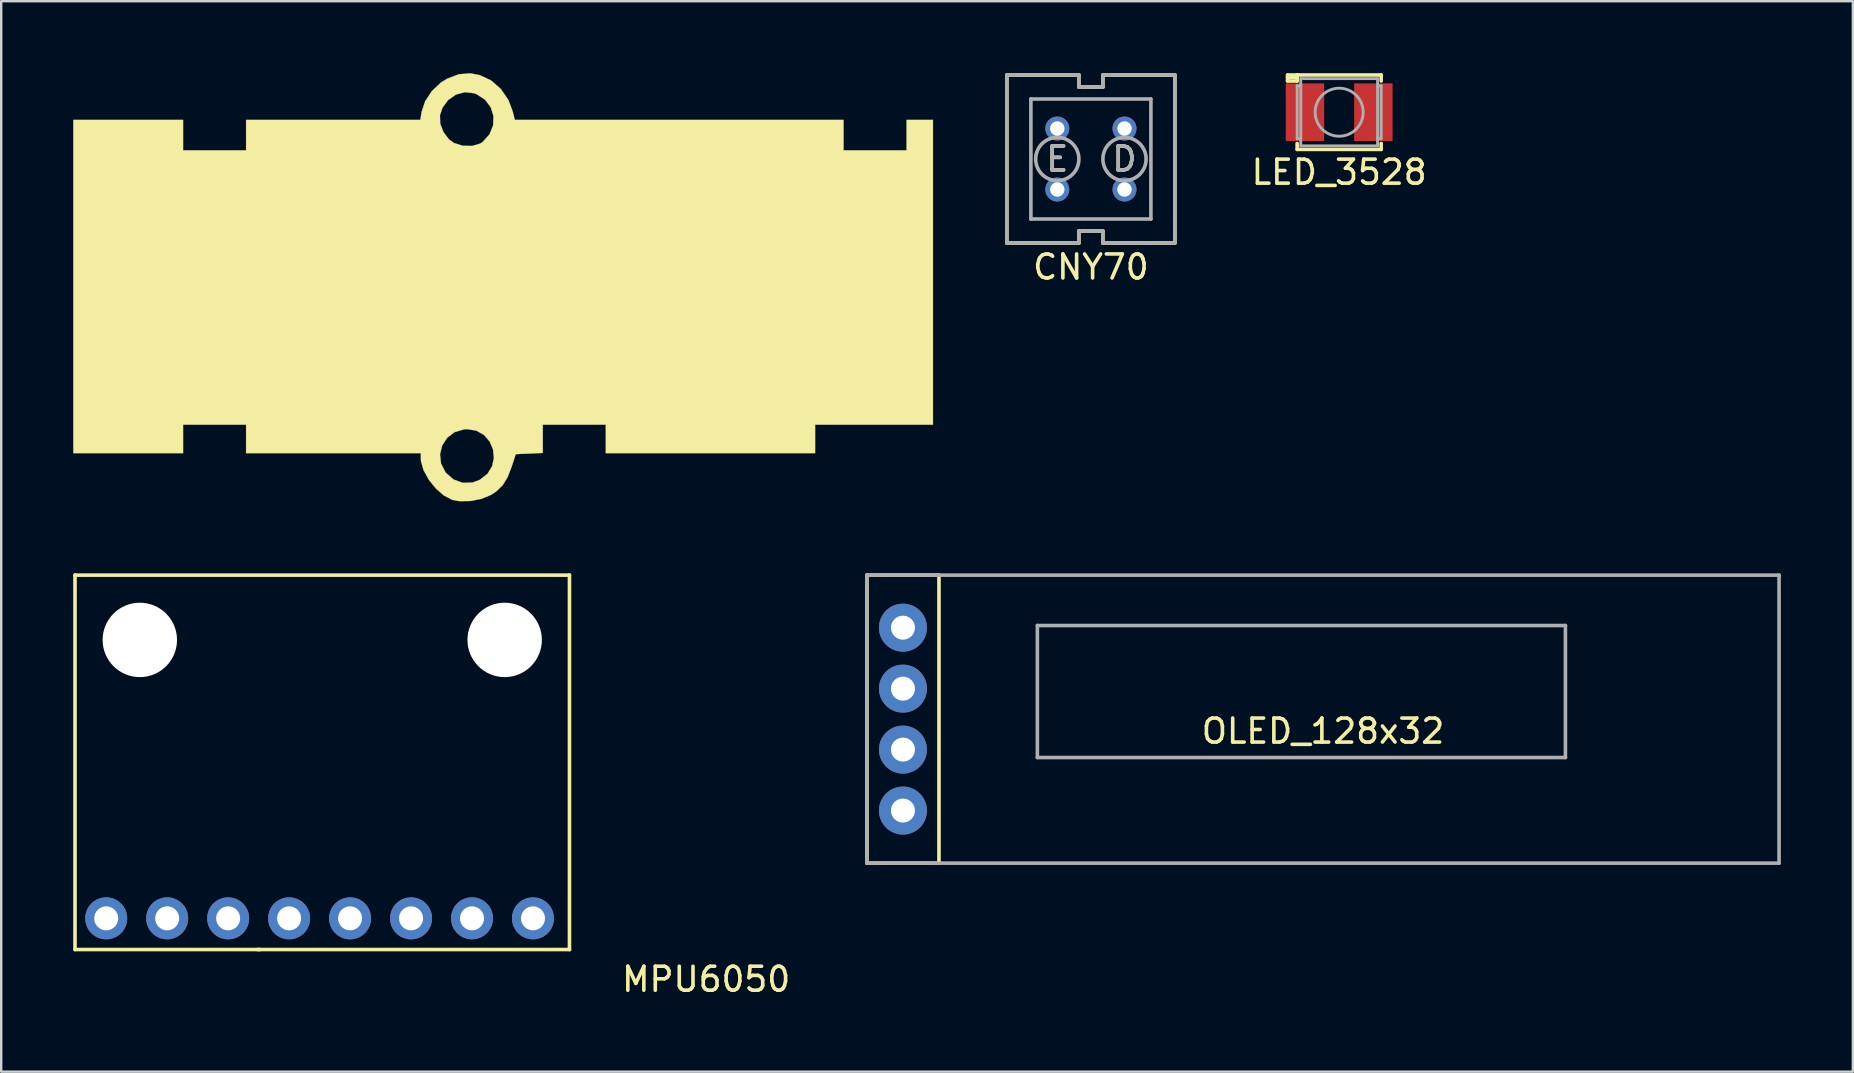
<source format=kicad_pcb>
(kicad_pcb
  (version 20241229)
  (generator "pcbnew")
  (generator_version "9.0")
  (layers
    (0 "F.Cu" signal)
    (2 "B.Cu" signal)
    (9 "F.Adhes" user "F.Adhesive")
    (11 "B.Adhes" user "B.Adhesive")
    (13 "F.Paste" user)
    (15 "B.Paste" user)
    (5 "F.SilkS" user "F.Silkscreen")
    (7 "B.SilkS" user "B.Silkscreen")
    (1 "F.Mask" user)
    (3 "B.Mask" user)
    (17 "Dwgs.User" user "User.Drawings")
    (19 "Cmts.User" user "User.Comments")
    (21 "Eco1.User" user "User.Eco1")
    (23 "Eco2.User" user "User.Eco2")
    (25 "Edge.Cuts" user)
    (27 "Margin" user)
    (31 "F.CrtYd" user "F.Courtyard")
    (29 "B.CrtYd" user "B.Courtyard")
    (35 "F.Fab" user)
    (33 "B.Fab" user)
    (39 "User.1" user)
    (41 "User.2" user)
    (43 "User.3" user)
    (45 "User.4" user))
  (footprint "MPU6050"
    (layer "F.Cu")
    (at 10.265 35.21)
    (property "Reference" "MPU6050" (at 16.104 2.54 0) (layer "F.SilkS") (effects (font (size 1 1) (thickness 0.15))))
    (attr through_hole)
    (fp_line (start -10.19 -14.3) (end 10.41 -14.3) (stroke (width 0.15) (type solid)) (layer "F.SilkS"))
    (fp_line (start -10.19 1.3) (end -10.19 -14.3) (stroke (width 0.15) (type solid)) (layer "F.SilkS"))
    (fp_line (start -10.19 1.3) (end 10.41 1.3) (stroke (width 0.15) (type solid)) (layer "F.SilkS"))
    (fp_line (start -2.49 1.3) (end -2.59 1.3) (stroke (width 0.15) (type solid)) (layer "F.SilkS"))
    (fp_line (start 10.41 1.3) (end 10.41 -14.3) (stroke (width 0.15) (type solid)) (layer "F.SilkS"))
    (pad "" np_thru_hole circle (at -7.49 -11.6) (size 3.1 3.1) (drill 3.1) (layers "*.Cu" "*.Mask"))
    (pad "" np_thru_hole circle (at 7.71 -11.6) (size 3.1 3.1) (drill 3.1) (layers "*.Cu" "*.Mask"))
    (pad "1" thru_hole circle (at -8.89 0) (size 1.75 1.75) (drill 1) (layers "*.Cu" "*.Mask"))
    (pad "2" thru_hole circle (at -6.35 0) (size 1.75 1.75) (drill 1) (layers "*.Cu" "*.Mask"))
    (pad "3" thru_hole circle (at -3.81 0) (size 1.75 1.75) (drill 1) (layers "*.Cu" "*.Mask"))
    (pad "4" thru_hole circle (at -1.27 0) (size 1.75 1.75) (drill 1) (layers "*.Cu" "*.Mask"))
    (pad "5" thru_hole circle (at 1.27 0) (size 1.75 1.75) (drill 1) (layers "*.Cu" "*.Mask"))
    (pad "6" thru_hole circle (at 3.81 0) (size 1.75 1.75) (drill 1) (layers "*.Cu" "*.Mask"))
    (pad "7" thru_hole circle (at 6.35 0) (size 1.75 1.75) (drill 1) (layers "*.Cu" "*.Mask"))
    (pad "8" thru_hole circle (at 8.89 0) (size 1.75 1.75) (drill 1) (layers "*.Cu" "*.Mask")))
  (footprint "anti-spark-ctrl-mask"
    (layer "F.Cu")
    (at 17.87 8.886)
    (property "Reference" "anti-spark-ctrl-mask" (at 0 0 0) (layer "F.SilkS") (effects (font (size 1.524 1.524) (thickness 0.3))))
    (attr through_hole)
    (fp_poly (pts (xy -0.939 -8.808) (xy -0.462 -8.586) (xy -0.053 -8.23) (xy 0.261 -7.768) (xy 0.437 -7.303) (xy 0.528 -6.943) (xy 7.376 -6.943) (xy 14.224 -6.943) (xy 14.224 -5.673) (xy 16.849 -5.673) (xy 16.849 -6.943) (xy 17.949 -6.943) (xy 17.949 5.757) (xy 13.039 5.757) (xy 13.039 6.943) (xy 4.318 6.943) (xy 4.318 5.757) (xy 1.693 5.757) (xy 1.693 6.935) (xy 0.567 6.985) (xy 0.403 7.49) (xy 0.227 7.947) (xy 0.022 8.28) (xy -0.244 8.537) (xy -0.471 8.686) (xy -0.864 8.848) (xy -1.326 8.937) (xy -1.782 8.944) (xy -2.074 8.89) (xy -2.421 8.711) (xy -2.759 8.417) (xy -3.054 8.051) (xy -3.272 7.657) (xy -3.381 7.279) (xy -3.387 7.18) (xy -3.387 6.994) (xy -2.588 6.994) (xy -2.546 7.378) (xy -2.358 7.743) (xy -2.351 7.753) (xy -2.029 8.038) (xy -1.646 8.179) (xy -1.238 8.169) (xy -0.937 8.058) (xy -0.611 7.805) (xy -0.417 7.487) (xy -0.343 7.137) (xy -0.382 6.782) (xy -0.522 6.455) (xy -0.756 6.186) (xy -1.073 6.005) (xy -1.464 5.942) (xy -1.587 5.95) (xy -1.984 6.069) (xy -2.292 6.305) (xy -2.499 6.625) (xy -2.588 6.994) (xy -3.387 6.994) (xy -3.387 6.943) (xy -10.668 6.943) (xy -10.668 5.757) (xy -13.293 5.757) (xy -13.293 6.943) (xy -17.865 6.943) (xy -17.865 -6.943) (xy -13.293 -6.943) (xy -13.293 -5.673) (xy -10.668 -5.673) (xy -10.668 -6.943) (xy -7.038 -6.943) (xy -3.408 -6.943) (xy -3.377 -7.136) (xy -2.591 -7.136) (xy -2.58 -6.788) (xy -2.445 -6.433) (xy -2.218 -6.132) (xy -2.003 -5.977) (xy -1.634 -5.863) (xy -1.251 -5.856) (xy -0.918 -5.953) (xy -0.814 -6.019) (xy -0.525 -6.34) (xy -0.376 -6.711) (xy -0.361 -7.098) (xy -0.475 -7.467) (xy -0.711 -7.783) (xy -1.065 -8.013) (xy -1.168 -8.052) (xy -1.552 -8.096) (xy -1.923 -7.996) (xy -2.245 -7.773) (xy -2.484 -7.451) (xy -2.591 -7.136) (xy -3.377 -7.136) (xy -3.356 -7.271) (xy -3.208 -7.717) (xy -2.928 -8.141) (xy -2.553 -8.495) (xy -2.292 -8.657) (xy -1.801 -8.843) (xy -1.332 -8.881) (xy -0.939 -8.808)) (stroke (width 0.01) (type solid)) (fill yes) (layer "F.SilkS")))
  (footprint "LED_3528"
    (layer "F.Cu")
    (at 52.742 1.625)
    (property "Reference" "LED_3528" (at 0 2.5 0) (layer "F.SilkS") (effects (font (size 1 1) (thickness 0.15))))
    (attr through_hole)
    (fp_line (start -2.15 -1.55) (end -1.7 -1.55) (stroke (width 0.15) (type solid)) (layer "F.SilkS"))
    (fp_line (start -2.15 -1.45) (end -1.75 -1.45) (stroke (width 0.15) (type solid)) (layer "F.SilkS"))
    (fp_line (start -2.15 -1.3) (end -2.15 -1.55) (stroke (width 0.15) (type solid)) (layer "F.SilkS"))
    (fp_line (start -1.75 -1.55) (end 1.75 -1.55) (stroke (width 0.15) (type solid)) (layer "F.SilkS"))
    (fp_line (start -1.75 -1.3) (end -2.15 -1.3) (stroke (width 0.15) (type solid)) (layer "F.SilkS"))
    (fp_line (start -1.75 -1.3) (end -1.75 -1.55) (stroke (width 0.15) (type solid)) (layer "F.SilkS"))
    (fp_line (start -1.75 1.3) (end -1.75 1.55) (stroke (width 0.15) (type solid)) (layer "F.SilkS"))
    (fp_line (start -1.75 1.55) (end 1.75 1.55) (stroke (width 0.15) (type solid)) (layer "F.SilkS"))
    (fp_line (start 1.75 -1.55) (end 1.75 -1.3) (stroke (width 0.15) (type solid)) (layer "F.SilkS"))
    (fp_line (start 1.75 1.55) (end 1.75 1.3) (stroke (width 0.15) (type solid)) (layer "F.SilkS"))
    (fp_line (start -1.75 -1.1) (end -1.75 1.1) (stroke (width 0.12) (type solid)) (layer "F.Fab"))
    (fp_line (start -1.75 1.1) (end -1.6 1.1) (stroke (width 0.12) (type solid)) (layer "F.Fab"))
    (fp_line (start -1.6 -1.4) (end -1.6 1.4) (stroke (width 0.12) (type solid)) (layer "F.Fab"))
    (fp_line (start -1.6 -1.1) (end -1.75 -1.1) (stroke (width 0.12) (type solid)) (layer "F.Fab"))
    (fp_line (start -1.6 1.4) (end 1.6 1.4) (stroke (width 0.12) (type solid)) (layer "F.Fab"))
    (fp_line (start 1.6 -1.4) (end -1.6 -1.4) (stroke (width 0.12) (type solid)) (layer "F.Fab"))
    (fp_line (start 1.6 1.1) (end 1.75 1.1) (stroke (width 0.12) (type solid)) (layer "F.Fab"))
    (fp_line (start 1.6 1.4) (end 1.6 -1.4) (stroke (width 0.12) (type solid)) (layer "F.Fab"))
    (fp_line (start 1.75 -1.1) (end 1.6 -1.1) (stroke (width 0.12) (type solid)) (layer "F.Fab"))
    (fp_line (start 1.75 1.1) (end 1.75 -1.1) (stroke (width 0.12) (type solid)) (layer "F.Fab"))
    (fp_circle (center 0 0) (end 0 -1) (stroke (width 0.12) (type solid)) (fill no) (layer "F.Fab"))
    (pad "1" smd rect (at 1.425 0) (size 1.6 2.4) (layers "F.Cu" "F.Mask" "F.Paste"))
    (pad "2" smd rect (at -1.425 0) (size 1.6 2.4) (layers "F.Cu" "F.Mask" "F.Paste")))
  (footprint "OLED_128x32"
    (layer "F.Cu")
    (at 52.069 26.91)
    (property "Reference" "OLED_128x32" (at 0 0.5 0) (layer "F.SilkS") (effects (font (size 1 1) (thickness 0.15))))
    (attr through_hole)
    (fp_line (start -19 -6) (end -16 -6) (stroke (width 0.15) (type solid)) (layer "F.SilkS"))
    (fp_line (start -19 6) (end -19 -6) (stroke (width 0.15) (type solid)) (layer "F.SilkS"))
    (fp_line (start -16 -6) (end -16 6) (stroke (width 0.15) (type solid)) (layer "F.SilkS"))
    (fp_line (start -16 6) (end -19 6) (stroke (width 0.15) (type solid)) (layer "F.SilkS"))
    (fp_line (start -19 -6) (end 19 -6) (stroke (width 0.15) (type solid)) (layer "F.Fab"))
    (fp_line (start -19 6) (end -19 -6) (stroke (width 0.15) (type solid)) (layer "F.Fab"))
    (fp_line (start -11.9 -3.9) (end 10.1 -3.9) (stroke (width 0.15) (type solid)) (layer "F.Fab"))
    (fp_line (start -11.9 1.6) (end -11.9 -3.9) (stroke (width 0.15) (type solid)) (layer "F.Fab"))
    (fp_line (start 10.1 -3.9) (end 10.1 1.6) (stroke (width 0.15) (type solid)) (layer "F.Fab"))
    (fp_line (start 10.1 1.6) (end -11.9 1.6) (stroke (width 0.15) (type solid)) (layer "F.Fab"))
    (fp_line (start 19 -6) (end 19 6) (stroke (width 0.15) (type solid)) (layer "F.Fab"))
    (fp_line (start 19 6) (end -19 6) (stroke (width 0.15) (type solid)) (layer "F.Fab"))
    (pad "1" thru_hole circle (at -17.5 -3.81) (size 2 2) (drill 1) (layers "*.Cu" "*.Mask"))
    (pad "2" thru_hole circle (at -17.5 -1.27) (size 2 2) (drill 1) (layers "*.Cu" "*.Mask"))
    (pad "3" thru_hole circle (at -17.5 1.27) (size 2 2) (drill 1) (layers "*.Cu" "*.Mask"))
    (pad "4" thru_hole circle (at -17.5 3.81) (size 2 2) (drill 1) (layers "*.Cu" "*.Mask")))
  (footprint "CNY70"
    (layer "F.Cu")
    (at 42.399 3.575)
    (property "Reference" "CNY70" (at 0 4.5 0) (layer "F.SilkS") (effects (font (size 1 1) (thickness 0.15))))
    (attr through_hole)
    (fp_line (start -3.5 -3.5) (end -0.5 -3.5) (stroke (width 0.15) (type solid)) (layer "F.SilkS"))
    (fp_line (start -3.5 3.5) (end -3.5 -3.5) (stroke (width 0.15) (type solid)) (layer "F.SilkS"))
    (fp_line (start -0.5 -3.5) (end -0.5 -3) (stroke (width 0.15) (type solid)) (layer "F.SilkS"))
    (fp_line (start -0.5 -3) (end 0.5 -3) (stroke (width 0.15) (type solid)) (layer "F.SilkS"))
    (fp_line (start -0.5 3) (end -0.5 3.5) (stroke (width 0.15) (type solid)) (layer "F.SilkS"))
    (fp_line (start -0.5 3.5) (end -3.5 3.5) (stroke (width 0.15) (type solid)) (layer "F.SilkS"))
    (fp_line (start 0.5 -3.5) (end 3.5 -3.5) (stroke (width 0.15) (type solid)) (layer "F.SilkS"))
    (fp_line (start 0.5 -3) (end 0.5 -3.5) (stroke (width 0.15) (type solid)) (layer "F.SilkS"))
    (fp_line (start 0.5 3) (end -0.5 3) (stroke (width 0.15) (type solid)) (layer "F.SilkS"))
    (fp_line (start 0.5 3.5) (end 0.5 3) (stroke (width 0.15) (type solid)) (layer "F.SilkS"))
    (fp_line (start 3.5 -3.5) (end 3.5 3.5) (stroke (width 0.15) (type solid)) (layer "F.SilkS"))
    (fp_line (start 3.5 3.5) (end 0.5 3.5) (stroke (width 0.15) (type solid)) (layer "F.SilkS"))
    (fp_line (start -3.5 3.5) (end -3.5 -3.5) (stroke (width 0.15) (type solid)) (layer "F.Fab"))
    (fp_line (start -2.5 -2.5) (end 2.5 -2.5) (stroke (width 0.15) (type solid)) (layer "F.Fab"))
    (fp_line (start -2.5 2.5) (end -2.5 -2.5) (stroke (width 0.15) (type solid)) (layer "F.Fab"))
    (fp_line (start -0.5 -3.5) (end -3.5 -3.5) (stroke (width 0.15) (type solid)) (layer "F.Fab"))
    (fp_line (start -0.5 -3.5) (end -0.5 -3) (stroke (width 0.15) (type solid)) (layer "F.Fab"))
    (fp_line (start -0.5 -3) (end 0.5 -3) (stroke (width 0.15) (type solid)) (layer "F.Fab"))
    (fp_line (start -0.5 3) (end -0.5 3.5) (stroke (width 0.15) (type solid)) (layer "F.Fab"))
    (fp_line (start -0.5 3) (end 0.5 3) (stroke (width 0.15) (type solid)) (layer "F.Fab"))
    (fp_line (start -0.5 3.5) (end -3.5 3.5) (stroke (width 0.15) (type solid)) (layer "F.Fab"))
    (fp_line (start 0.5 -3.5) (end 3.5 -3.5) (stroke (width 0.15) (type solid)) (layer "F.Fab"))
    (fp_line (start 0.5 -3) (end 0.5 -3.5) (stroke (width 0.15) (type solid)) (layer "F.Fab"))
    (fp_line (start 0.5 3) (end 0.5 3.5) (stroke (width 0.15) (type solid)) (layer "F.Fab"))
    (fp_line (start 0.5 3.5) (end 3.5 3.5) (stroke (width 0.15) (type solid)) (layer "F.Fab"))
    (fp_line (start 2.5 -2.5) (end 2.5 2.5) (stroke (width 0.15) (type solid)) (layer "F.Fab"))
    (fp_line (start 2.5 2.5) (end -2.5 2.5) (stroke (width 0.15) (type solid)) (layer "F.Fab"))
    (fp_line (start 3.5 -3.5) (end 3.5 3.5) (stroke (width 0.15) (type solid)) (layer "F.Fab"))
    (fp_circle (center -1.4 0) (end -0.5 0) (stroke (width 0.15) (type solid)) (fill no) (layer "F.Fab"))
    (fp_circle (center 1.4 0) (end 2.3 0) (stroke (width 0.15) (type solid)) (fill no) (layer "F.Fab"))
    (fp_text user "E" (at -1.4 0 0) (layer "F.SilkS") (effects (font (size 1 1) (thickness 0.15))))
    (fp_text user "D" (at 1.4 0 0) (layer "F.SilkS") (effects (font (size 1 1) (thickness 0.15))))
    (fp_text user "D" (at 1.4 0 0) (layer "F.Fab") (effects (font (size 1 1) (thickness 0.15))))
    (fp_text user "E" (at -1.4 0 0) (layer "F.Fab") (effects (font (size 1 1) (thickness 0.15))))
    (pad "1" thru_hole circle (at -1.4 -1.27) (size 1 1) (drill 0.6) (layers "*.Cu" "*.Mask"))
    (pad "2" thru_hole circle (at -1.4 1.27) (size 1 1) (drill 0.6) (layers "*.Cu" "*.Mask"))
    (pad "3" thru_hole circle (at 1.4 -1.27) (size 1 1) (drill 0.6) (layers "*.Cu" "*.Mask"))
    (pad "4" thru_hole circle (at 1.4 1.27) (size 1 1) (drill 0.6) (layers "*.Cu" "*.Mask")))
  (gr_rect
    (start -3 -3)
    (end 74.144 41.598)
    (stroke (width 0.1) (type default))
    (fill no)
    (layer "Edge.Cuts")))
</source>
